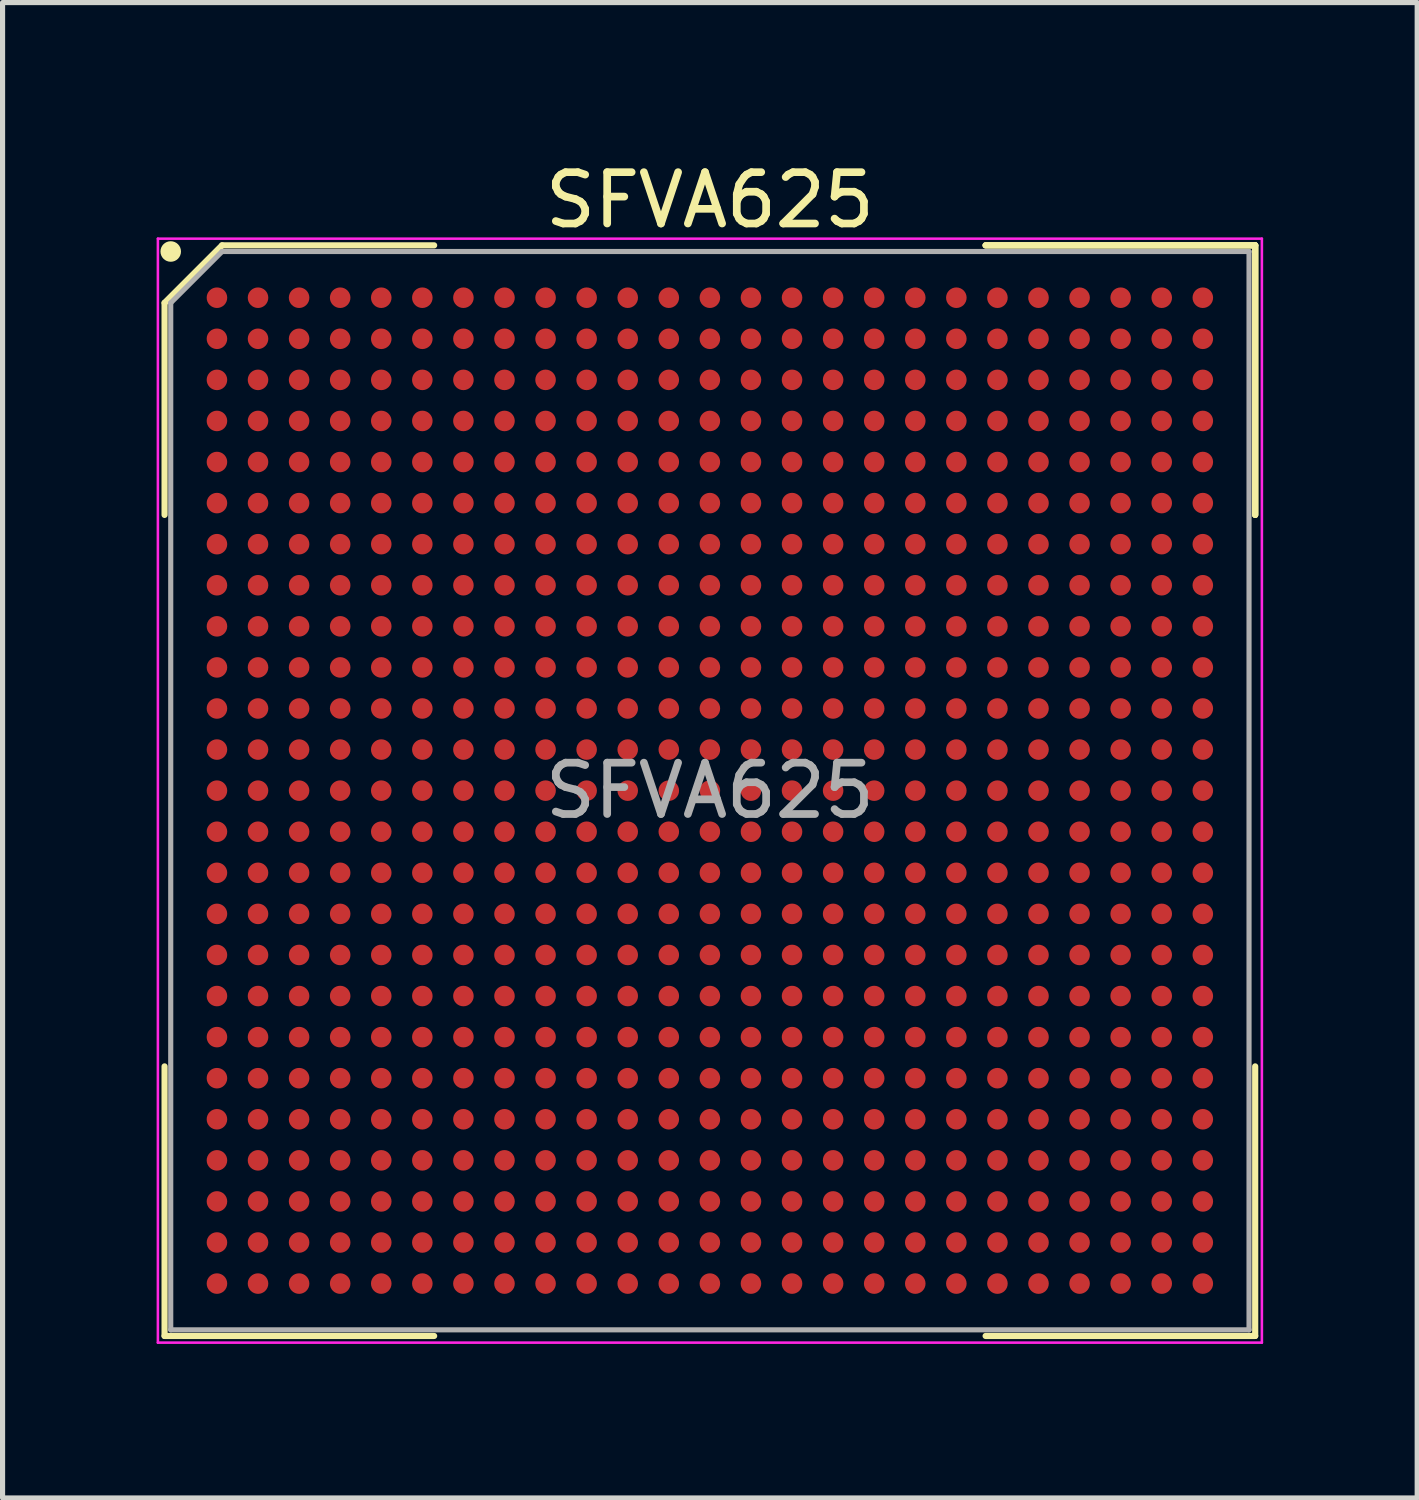
<source format=kicad_pcb>
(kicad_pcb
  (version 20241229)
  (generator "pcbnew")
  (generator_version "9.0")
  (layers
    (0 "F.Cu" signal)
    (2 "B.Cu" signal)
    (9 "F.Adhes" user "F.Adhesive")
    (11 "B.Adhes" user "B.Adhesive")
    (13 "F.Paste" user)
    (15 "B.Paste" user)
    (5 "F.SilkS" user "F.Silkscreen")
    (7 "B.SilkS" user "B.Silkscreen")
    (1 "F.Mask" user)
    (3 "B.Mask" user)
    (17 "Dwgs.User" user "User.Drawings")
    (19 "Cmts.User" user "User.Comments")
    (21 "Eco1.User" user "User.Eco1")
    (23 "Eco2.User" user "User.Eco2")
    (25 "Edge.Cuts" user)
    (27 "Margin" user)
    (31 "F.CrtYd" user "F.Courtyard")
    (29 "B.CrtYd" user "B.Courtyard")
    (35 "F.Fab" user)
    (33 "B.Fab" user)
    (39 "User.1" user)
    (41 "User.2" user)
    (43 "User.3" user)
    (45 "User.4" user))
  (footprint "SFVA625"
    (layer "F.Cu")
    (at 10.775 12.348)
    (property "Reference" "SFVA625" (at 0 -11.5 0) (layer "F.SilkS") (effects (font (size 1 1) (thickness 0.15))))
    (attr smd)
    (fp_line (start -10.62 -9.5) (end -10.62 -5.37) (stroke (width 0.12) (type solid)) (layer "F.SilkS"))
    (fp_line (start -10.62 10.62) (end -10.62 5.37) (stroke (width 0.12) (type solid)) (layer "F.SilkS"))
    (fp_line (start -9.5 -10.62) (end -10.62 -9.5) (stroke (width 0.12) (type solid)) (layer "F.SilkS"))
    (fp_line (start -5.37 -10.62) (end -9.5 -10.62) (stroke (width 0.12) (type solid)) (layer "F.SilkS"))
    (fp_line (start -5.37 10.62) (end -10.62 10.62) (stroke (width 0.12) (type solid)) (layer "F.SilkS"))
    (fp_line (start 5.37 -10.62) (end 10.62 -10.62) (stroke (width 0.12) (type solid)) (layer "F.SilkS"))
    (fp_line (start 5.37 -10.62) (end 10.62 -10.62) (stroke (width 0.12) (type solid)) (layer "F.SilkS"))
    (fp_line (start 5.37 -10.62) (end 10.62 -10.62) (stroke (width 0.12) (type solid)) (layer "F.SilkS"))
    (fp_line (start 5.37 10.62) (end 10.62 10.62) (stroke (width 0.12) (type solid)) (layer "F.SilkS"))
    (fp_line (start 10.62 -10.62) (end 10.62 -5.37) (stroke (width 0.12) (type solid)) (layer "F.SilkS"))
    (fp_line (start 10.62 -10.62) (end 10.62 -5.37) (stroke (width 0.12) (type solid)) (layer "F.SilkS"))
    (fp_line (start 10.62 -10.62) (end 10.62 -5.37) (stroke (width 0.12) (type solid)) (layer "F.SilkS"))
    (fp_line (start 10.62 10.62) (end 10.62 5.37) (stroke (width 0.12) (type solid)) (layer "F.SilkS"))
    (fp_circle (center -10.5 -10.5) (end -10.5 -10.4) (stroke (width 0.2) (type solid)) (fill no) (layer "F.SilkS"))
    (fp_line (start -10.75 -10.75) (end 10.75 -10.75) (stroke (width 0.05) (type solid)) (layer "F.CrtYd"))
    (fp_line (start -10.75 10.75) (end -10.75 -10.75) (stroke (width 0.05) (type solid)) (layer "F.CrtYd"))
    (fp_line (start 10.75 -10.75) (end 10.75 10.75) (stroke (width 0.05) (type solid)) (layer "F.CrtYd"))
    (fp_line (start 10.75 10.75) (end -10.75 10.75) (stroke (width 0.05) (type solid)) (layer "F.CrtYd"))
    (fp_line (start -10.5 -9.5) (end -10.5 10.5) (stroke (width 0.1) (type solid)) (layer "F.Fab"))
    (fp_line (start -10.5 10.5) (end 10.5 10.5) (stroke (width 0.1) (type solid)) (layer "F.Fab"))
    (fp_line (start -9.5 -10.5) (end -10.5 -9.5) (stroke (width 0.1) (type solid)) (layer "F.Fab"))
    (fp_line (start 10.5 -10.5) (end -9.5 -10.5) (stroke (width 0.1) (type solid)) (layer "F.Fab"))
    (fp_line (start 10.5 10.5) (end 10.5 -10.5) (stroke (width 0.1) (type solid)) (layer "F.Fab"))
    (fp_text user "${REFERENCE}" (at 0 0 0) (layer "F.Fab") (effects (font (size 1 1) (thickness 0.15))))
    (pad "A1" smd circle (at -9.6 -9.6) (size 0.4 0.4) (layers "F.Cu" "F.Mask" "F.Paste"))
    (pad "A2" smd circle (at -8.8 -9.6) (size 0.4 0.4) (layers "F.Cu" "F.Mask" "F.Paste"))
    (pad "A3" smd circle (at -8 -9.6) (size 0.4 0.4) (layers "F.Cu" "F.Mask" "F.Paste"))
    (pad "A4" smd circle (at -7.2 -9.6) (size 0.4 0.4) (layers "F.Cu" "F.Mask" "F.Paste"))
    (pad "A5" smd circle (at -6.4 -9.6) (size 0.4 0.4) (layers "F.Cu" "F.Mask" "F.Paste"))
    (pad "A6" smd circle (at -5.6 -9.6) (size 0.4 0.4) (layers "F.Cu" "F.Mask" "F.Paste"))
    (pad "A7" smd circle (at -4.8 -9.6) (size 0.4 0.4) (layers "F.Cu" "F.Mask" "F.Paste"))
    (pad "A8" smd circle (at -4 -9.6) (size 0.4 0.4) (layers "F.Cu" "F.Mask" "F.Paste"))
    (pad "A9" smd circle (at -3.2 -9.6) (size 0.4 0.4) (layers "F.Cu" "F.Mask" "F.Paste"))
    (pad "A10" smd circle (at -2.4 -9.6) (size 0.4 0.4) (layers "F.Cu" "F.Mask" "F.Paste"))
    (pad "A11" smd circle (at -1.6 -9.6) (size 0.4 0.4) (layers "F.Cu" "F.Mask" "F.Paste"))
    (pad "A12" smd circle (at -0.8 -9.6) (size 0.4 0.4) (layers "F.Cu" "F.Mask" "F.Paste"))
    (pad "A13" smd circle (at 0 -9.6) (size 0.4 0.4) (layers "F.Cu" "F.Mask" "F.Paste"))
    (pad "A14" smd circle (at 0.8 -9.6) (size 0.4 0.4) (layers "F.Cu" "F.Mask" "F.Paste"))
    (pad "A15" smd circle (at 1.6 -9.6) (size 0.4 0.4) (layers "F.Cu" "F.Mask" "F.Paste"))
    (pad "A16" smd circle (at 2.4 -9.6) (size 0.4 0.4) (layers "F.Cu" "F.Mask" "F.Paste"))
    (pad "A17" smd circle (at 3.2 -9.6) (size 0.4 0.4) (layers "F.Cu" "F.Mask" "F.Paste"))
    (pad "A18" smd circle (at 4 -9.6) (size 0.4 0.4) (layers "F.Cu" "F.Mask" "F.Paste"))
    (pad "A19" smd circle (at 4.8 -9.6) (size 0.4 0.4) (layers "F.Cu" "F.Mask" "F.Paste"))
    (pad "A20" smd circle (at 5.6 -9.6) (size 0.4 0.4) (layers "F.Cu" "F.Mask" "F.Paste"))
    (pad "A21" smd circle (at 6.4 -9.6) (size 0.4 0.4) (layers "F.Cu" "F.Mask" "F.Paste"))
    (pad "A22" smd circle (at 7.2 -9.6) (size 0.4 0.4) (layers "F.Cu" "F.Mask" "F.Paste"))
    (pad "A23" smd circle (at 8 -9.6) (size 0.4 0.4) (layers "F.Cu" "F.Mask" "F.Paste"))
    (pad "A24" smd circle (at 8.8 -9.6) (size 0.4 0.4) (layers "F.Cu" "F.Mask" "F.Paste"))
    (pad "A25" smd circle (at 9.6 -9.6) (size 0.4 0.4) (layers "F.Cu" "F.Mask" "F.Paste"))
    (pad "AA1" smd circle (at -9.6 6.4) (size 0.4 0.4) (layers "F.Cu" "F.Mask" "F.Paste"))
    (pad "AA2" smd circle (at -8.8 6.4) (size 0.4 0.4) (layers "F.Cu" "F.Mask" "F.Paste"))
    (pad "AA3" smd circle (at -8 6.4) (size 0.4 0.4) (layers "F.Cu" "F.Mask" "F.Paste"))
    (pad "AA4" smd circle (at -7.2 6.4) (size 0.4 0.4) (layers "F.Cu" "F.Mask" "F.Paste"))
    (pad "AA5" smd circle (at -6.4 6.4) (size 0.4 0.4) (layers "F.Cu" "F.Mask" "F.Paste"))
    (pad "AA6" smd circle (at -5.6 6.4) (size 0.4 0.4) (layers "F.Cu" "F.Mask" "F.Paste"))
    (pad "AA7" smd circle (at -4.8 6.4) (size 0.4 0.4) (layers "F.Cu" "F.Mask" "F.Paste"))
    (pad "AA8" smd circle (at -4 6.4) (size 0.4 0.4) (layers "F.Cu" "F.Mask" "F.Paste"))
    (pad "AA9" smd circle (at -3.2 6.4) (size 0.4 0.4) (layers "F.Cu" "F.Mask" "F.Paste"))
    (pad "AA10" smd circle (at -2.4 6.4) (size 0.4 0.4) (layers "F.Cu" "F.Mask" "F.Paste"))
    (pad "AA11" smd circle (at -1.6 6.4) (size 0.4 0.4) (layers "F.Cu" "F.Mask" "F.Paste"))
    (pad "AA12" smd circle (at -0.8 6.4) (size 0.4 0.4) (layers "F.Cu" "F.Mask" "F.Paste"))
    (pad "AA13" smd circle (at 0 6.4) (size 0.4 0.4) (layers "F.Cu" "F.Mask" "F.Paste"))
    (pad "AA14" smd circle (at 0.8 6.4) (size 0.4 0.4) (layers "F.Cu" "F.Mask" "F.Paste"))
    (pad "AA15" smd circle (at 1.6 6.4) (size 0.4 0.4) (layers "F.Cu" "F.Mask" "F.Paste"))
    (pad "AA16" smd circle (at 2.4 6.4) (size 0.4 0.4) (layers "F.Cu" "F.Mask" "F.Paste"))
    (pad "AA17" smd circle (at 3.2 6.4) (size 0.4 0.4) (layers "F.Cu" "F.Mask" "F.Paste"))
    (pad "AA18" smd circle (at 4 6.4) (size 0.4 0.4) (layers "F.Cu" "F.Mask" "F.Paste"))
    (pad "AA19" smd circle (at 4.8 6.4) (size 0.4 0.4) (layers "F.Cu" "F.Mask" "F.Paste"))
    (pad "AA20" smd circle (at 5.6 6.4) (size 0.4 0.4) (layers "F.Cu" "F.Mask" "F.Paste"))
    (pad "AA21" smd circle (at 6.4 6.4) (size 0.4 0.4) (layers "F.Cu" "F.Mask" "F.Paste"))
    (pad "AA22" smd circle (at 7.2 6.4) (size 0.4 0.4) (layers "F.Cu" "F.Mask" "F.Paste"))
    (pad "AA23" smd circle (at 8 6.4) (size 0.4 0.4) (layers "F.Cu" "F.Mask" "F.Paste"))
    (pad "AA24" smd circle (at 8.8 6.4) (size 0.4 0.4) (layers "F.Cu" "F.Mask" "F.Paste"))
    (pad "AA25" smd circle (at 9.6 6.4) (size 0.4 0.4) (layers "F.Cu" "F.Mask" "F.Paste"))
    (pad "AB1" smd circle (at -9.6 7.2) (size 0.4 0.4) (layers "F.Cu" "F.Mask" "F.Paste"))
    (pad "AB2" smd circle (at -8.8 7.2) (size 0.4 0.4) (layers "F.Cu" "F.Mask" "F.Paste"))
    (pad "AB3" smd circle (at -8 7.2) (size 0.4 0.4) (layers "F.Cu" "F.Mask" "F.Paste"))
    (pad "AB4" smd circle (at -7.2 7.2) (size 0.4 0.4) (layers "F.Cu" "F.Mask" "F.Paste"))
    (pad "AB5" smd circle (at -6.4 7.2) (size 0.4 0.4) (layers "F.Cu" "F.Mask" "F.Paste"))
    (pad "AB6" smd circle (at -5.6 7.2) (size 0.4 0.4) (layers "F.Cu" "F.Mask" "F.Paste"))
    (pad "AB7" smd circle (at -4.8 7.2) (size 0.4 0.4) (layers "F.Cu" "F.Mask" "F.Paste"))
    (pad "AB8" smd circle (at -4 7.2) (size 0.4 0.4) (layers "F.Cu" "F.Mask" "F.Paste"))
    (pad "AB9" smd circle (at -3.2 7.2) (size 0.4 0.4) (layers "F.Cu" "F.Mask" "F.Paste"))
    (pad "AB10" smd circle (at -2.4 7.2) (size 0.4 0.4) (layers "F.Cu" "F.Mask" "F.Paste"))
    (pad "AB11" smd circle (at -1.6 7.2) (size 0.4 0.4) (layers "F.Cu" "F.Mask" "F.Paste"))
    (pad "AB12" smd circle (at -0.8 7.2) (size 0.4 0.4) (layers "F.Cu" "F.Mask" "F.Paste"))
    (pad "AB13" smd circle (at 0 7.2) (size 0.4 0.4) (layers "F.Cu" "F.Mask" "F.Paste"))
    (pad "AB14" smd circle (at 0.8 7.2) (size 0.4 0.4) (layers "F.Cu" "F.Mask" "F.Paste"))
    (pad "AB15" smd circle (at 1.6 7.2) (size 0.4 0.4) (layers "F.Cu" "F.Mask" "F.Paste"))
    (pad "AB16" smd circle (at 2.4 7.2) (size 0.4 0.4) (layers "F.Cu" "F.Mask" "F.Paste"))
    (pad "AB17" smd circle (at 3.2 7.2) (size 0.4 0.4) (layers "F.Cu" "F.Mask" "F.Paste"))
    (pad "AB18" smd circle (at 4 7.2) (size 0.4 0.4) (layers "F.Cu" "F.Mask" "F.Paste"))
    (pad "AB19" smd circle (at 4.8 7.2) (size 0.4 0.4) (layers "F.Cu" "F.Mask" "F.Paste"))
    (pad "AB20" smd circle (at 5.6 7.2) (size 0.4 0.4) (layers "F.Cu" "F.Mask" "F.Paste"))
    (pad "AB21" smd circle (at 6.4 7.2) (size 0.4 0.4) (layers "F.Cu" "F.Mask" "F.Paste"))
    (pad "AB22" smd circle (at 7.2 7.2) (size 0.4 0.4) (layers "F.Cu" "F.Mask" "F.Paste"))
    (pad "AB23" smd circle (at 8 7.2) (size 0.4 0.4) (layers "F.Cu" "F.Mask" "F.Paste"))
    (pad "AB24" smd circle (at 8.8 7.2) (size 0.4 0.4) (layers "F.Cu" "F.Mask" "F.Paste"))
    (pad "AB25" smd circle (at 9.6 7.2) (size 0.4 0.4) (layers "F.Cu" "F.Mask" "F.Paste"))
    (pad "AC1" smd circle (at -9.6 8) (size 0.4 0.4) (layers "F.Cu" "F.Mask" "F.Paste"))
    (pad "AC2" smd circle (at -8.8 8) (size 0.4 0.4) (layers "F.Cu" "F.Mask" "F.Paste"))
    (pad "AC3" smd circle (at -8 8) (size 0.4 0.4) (layers "F.Cu" "F.Mask" "F.Paste"))
    (pad "AC4" smd circle (at -7.2 8) (size 0.4 0.4) (layers "F.Cu" "F.Mask" "F.Paste"))
    (pad "AC5" smd circle (at -6.4 8) (size 0.4 0.4) (layers "F.Cu" "F.Mask" "F.Paste"))
    (pad "AC6" smd circle (at -5.6 8) (size 0.4 0.4) (layers "F.Cu" "F.Mask" "F.Paste"))
    (pad "AC7" smd circle (at -4.8 8) (size 0.4 0.4) (layers "F.Cu" "F.Mask" "F.Paste"))
    (pad "AC8" smd circle (at -4 8) (size 0.4 0.4) (layers "F.Cu" "F.Mask" "F.Paste"))
    (pad "AC9" smd circle (at -3.2 8) (size 0.4 0.4) (layers "F.Cu" "F.Mask" "F.Paste"))
    (pad "AC10" smd circle (at -2.4 8) (size 0.4 0.4) (layers "F.Cu" "F.Mask" "F.Paste"))
    (pad "AC11" smd circle (at -1.6 8) (size 0.4 0.4) (layers "F.Cu" "F.Mask" "F.Paste"))
    (pad "AC12" smd circle (at -0.8 8) (size 0.4 0.4) (layers "F.Cu" "F.Mask" "F.Paste"))
    (pad "AC13" smd circle (at 0 8) (size 0.4 0.4) (layers "F.Cu" "F.Mask" "F.Paste"))
    (pad "AC14" smd circle (at 0.8 8) (size 0.4 0.4) (layers "F.Cu" "F.Mask" "F.Paste"))
    (pad "AC15" smd circle (at 1.6 8) (size 0.4 0.4) (layers "F.Cu" "F.Mask" "F.Paste"))
    (pad "AC16" smd circle (at 2.4 8) (size 0.4 0.4) (layers "F.Cu" "F.Mask" "F.Paste"))
    (pad "AC17" smd circle (at 3.2 8) (size 0.4 0.4) (layers "F.Cu" "F.Mask" "F.Paste"))
    (pad "AC18" smd circle (at 4 8) (size 0.4 0.4) (layers "F.Cu" "F.Mask" "F.Paste"))
    (pad "AC19" smd circle (at 4.8 8) (size 0.4 0.4) (layers "F.Cu" "F.Mask" "F.Paste"))
    (pad "AC20" smd circle (at 5.6 8) (size 0.4 0.4) (layers "F.Cu" "F.Mask" "F.Paste"))
    (pad "AC21" smd circle (at 6.4 8) (size 0.4 0.4) (layers "F.Cu" "F.Mask" "F.Paste"))
    (pad "AC22" smd circle (at 7.2 8) (size 0.4 0.4) (layers "F.Cu" "F.Mask" "F.Paste"))
    (pad "AC23" smd circle (at 8 8) (size 0.4 0.4) (layers "F.Cu" "F.Mask" "F.Paste"))
    (pad "AC24" smd circle (at 8.8 8) (size 0.4 0.4) (layers "F.Cu" "F.Mask" "F.Paste"))
    (pad "AC25" smd circle (at 9.6 8) (size 0.4 0.4) (layers "F.Cu" "F.Mask" "F.Paste"))
    (pad "AD1" smd circle (at -9.6 8.8) (size 0.4 0.4) (layers "F.Cu" "F.Mask" "F.Paste"))
    (pad "AD2" smd circle (at -8.8 8.8) (size 0.4 0.4) (layers "F.Cu" "F.Mask" "F.Paste"))
    (pad "AD3" smd circle (at -8 8.8) (size 0.4 0.4) (layers "F.Cu" "F.Mask" "F.Paste"))
    (pad "AD4" smd circle (at -7.2 8.8) (size 0.4 0.4) (layers "F.Cu" "F.Mask" "F.Paste"))
    (pad "AD5" smd circle (at -6.4 8.8) (size 0.4 0.4) (layers "F.Cu" "F.Mask" "F.Paste"))
    (pad "AD6" smd circle (at -5.6 8.8) (size 0.4 0.4) (layers "F.Cu" "F.Mask" "F.Paste"))
    (pad "AD7" smd circle (at -4.8 8.8) (size 0.4 0.4) (layers "F.Cu" "F.Mask" "F.Paste"))
    (pad "AD8" smd circle (at -4 8.8) (size 0.4 0.4) (layers "F.Cu" "F.Mask" "F.Paste"))
    (pad "AD9" smd circle (at -3.2 8.8) (size 0.4 0.4) (layers "F.Cu" "F.Mask" "F.Paste"))
    (pad "AD10" smd circle (at -2.4 8.8) (size 0.4 0.4) (layers "F.Cu" "F.Mask" "F.Paste"))
    (pad "AD11" smd circle (at -1.6 8.8) (size 0.4 0.4) (layers "F.Cu" "F.Mask" "F.Paste"))
    (pad "AD12" smd circle (at -0.8 8.8) (size 0.4 0.4) (layers "F.Cu" "F.Mask" "F.Paste"))
    (pad "AD13" smd circle (at 0 8.8) (size 0.4 0.4) (layers "F.Cu" "F.Mask" "F.Paste"))
    (pad "AD14" smd circle (at 0.8 8.8) (size 0.4 0.4) (layers "F.Cu" "F.Mask" "F.Paste"))
    (pad "AD15" smd circle (at 1.6 8.8) (size 0.4 0.4) (layers "F.Cu" "F.Mask" "F.Paste"))
    (pad "AD16" smd circle (at 2.4 8.8) (size 0.4 0.4) (layers "F.Cu" "F.Mask" "F.Paste"))
    (pad "AD17" smd circle (at 3.2 8.8) (size 0.4 0.4) (layers "F.Cu" "F.Mask" "F.Paste"))
    (pad "AD18" smd circle (at 4 8.8) (size 0.4 0.4) (layers "F.Cu" "F.Mask" "F.Paste"))
    (pad "AD19" smd circle (at 4.8 8.8) (size 0.4 0.4) (layers "F.Cu" "F.Mask" "F.Paste"))
    (pad "AD20" smd circle (at 5.6 8.8) (size 0.4 0.4) (layers "F.Cu" "F.Mask" "F.Paste"))
    (pad "AD21" smd circle (at 6.4 8.8) (size 0.4 0.4) (layers "F.Cu" "F.Mask" "F.Paste"))
    (pad "AD22" smd circle (at 7.2 8.8) (size 0.4 0.4) (layers "F.Cu" "F.Mask" "F.Paste"))
    (pad "AD23" smd circle (at 8 8.8) (size 0.4 0.4) (layers "F.Cu" "F.Mask" "F.Paste"))
    (pad "AD24" smd circle (at 8.8 8.8) (size 0.4 0.4) (layers "F.Cu" "F.Mask" "F.Paste"))
    (pad "AD25" smd circle (at 9.6 8.8) (size 0.4 0.4) (layers "F.Cu" "F.Mask" "F.Paste"))
    (pad "AE1" smd circle (at -9.6 9.6) (size 0.4 0.4) (layers "F.Cu" "F.Mask" "F.Paste"))
    (pad "AE2" smd circle (at -8.8 9.6) (size 0.4 0.4) (layers "F.Cu" "F.Mask" "F.Paste"))
    (pad "AE3" smd circle (at -8 9.6) (size 0.4 0.4) (layers "F.Cu" "F.Mask" "F.Paste"))
    (pad "AE4" smd circle (at -7.2 9.6) (size 0.4 0.4) (layers "F.Cu" "F.Mask" "F.Paste"))
    (pad "AE5" smd circle (at -6.4 9.6) (size 0.4 0.4) (layers "F.Cu" "F.Mask" "F.Paste"))
    (pad "AE6" smd circle (at -5.6 9.6) (size 0.4 0.4) (layers "F.Cu" "F.Mask" "F.Paste"))
    (pad "AE7" smd circle (at -4.8 9.6) (size 0.4 0.4) (layers "F.Cu" "F.Mask" "F.Paste"))
    (pad "AE8" smd circle (at -4 9.6) (size 0.4 0.4) (layers "F.Cu" "F.Mask" "F.Paste"))
    (pad "AE9" smd circle (at -3.2 9.6) (size 0.4 0.4) (layers "F.Cu" "F.Mask" "F.Paste"))
    (pad "AE10" smd circle (at -2.4 9.6) (size 0.4 0.4) (layers "F.Cu" "F.Mask" "F.Paste"))
    (pad "AE11" smd circle (at -1.6 9.6) (size 0.4 0.4) (layers "F.Cu" "F.Mask" "F.Paste"))
    (pad "AE12" smd circle (at -0.8 9.6) (size 0.4 0.4) (layers "F.Cu" "F.Mask" "F.Paste"))
    (pad "AE13" smd circle (at 0 9.6) (size 0.4 0.4) (layers "F.Cu" "F.Mask" "F.Paste"))
    (pad "AE14" smd circle (at 0.8 9.6) (size 0.4 0.4) (layers "F.Cu" "F.Mask" "F.Paste"))
    (pad "AE15" smd circle (at 1.6 9.6) (size 0.4 0.4) (layers "F.Cu" "F.Mask" "F.Paste"))
    (pad "AE16" smd circle (at 2.4 9.6) (size 0.4 0.4) (layers "F.Cu" "F.Mask" "F.Paste"))
    (pad "AE17" smd circle (at 3.2 9.6) (size 0.4 0.4) (layers "F.Cu" "F.Mask" "F.Paste"))
    (pad "AE18" smd circle (at 4 9.6) (size 0.4 0.4) (layers "F.Cu" "F.Mask" "F.Paste"))
    (pad "AE19" smd circle (at 4.8 9.6) (size 0.4 0.4) (layers "F.Cu" "F.Mask" "F.Paste"))
    (pad "AE20" smd circle (at 5.6 9.6) (size 0.4 0.4) (layers "F.Cu" "F.Mask" "F.Paste"))
    (pad "AE21" smd circle (at 6.4 9.6) (size 0.4 0.4) (layers "F.Cu" "F.Mask" "F.Paste"))
    (pad "AE22" smd circle (at 7.2 9.6) (size 0.4 0.4) (layers "F.Cu" "F.Mask" "F.Paste"))
    (pad "AE23" smd circle (at 8 9.6) (size 0.4 0.4) (layers "F.Cu" "F.Mask" "F.Paste"))
    (pad "AE24" smd circle (at 8.8 9.6) (size 0.4 0.4) (layers "F.Cu" "F.Mask" "F.Paste"))
    (pad "AE25" smd circle (at 9.6 9.6) (size 0.4 0.4) (layers "F.Cu" "F.Mask" "F.Paste"))
    (pad "B1" smd circle (at -9.6 -8.8) (size 0.4 0.4) (layers "F.Cu" "F.Mask" "F.Paste"))
    (pad "B2" smd circle (at -8.8 -8.8) (size 0.4 0.4) (layers "F.Cu" "F.Mask" "F.Paste"))
    (pad "B3" smd circle (at -8 -8.8) (size 0.4 0.4) (layers "F.Cu" "F.Mask" "F.Paste"))
    (pad "B4" smd circle (at -7.2 -8.8) (size 0.4 0.4) (layers "F.Cu" "F.Mask" "F.Paste"))
    (pad "B5" smd circle (at -6.4 -8.8) (size 0.4 0.4) (layers "F.Cu" "F.Mask" "F.Paste"))
    (pad "B6" smd circle (at -5.6 -8.8) (size 0.4 0.4) (layers "F.Cu" "F.Mask" "F.Paste"))
    (pad "B7" smd circle (at -4.8 -8.8) (size 0.4 0.4) (layers "F.Cu" "F.Mask" "F.Paste"))
    (pad "B8" smd circle (at -4 -8.8) (size 0.4 0.4) (layers "F.Cu" "F.Mask" "F.Paste"))
    (pad "B9" smd circle (at -3.2 -8.8) (size 0.4 0.4) (layers "F.Cu" "F.Mask" "F.Paste"))
    (pad "B10" smd circle (at -2.4 -8.8) (size 0.4 0.4) (layers "F.Cu" "F.Mask" "F.Paste"))
    (pad "B11" smd circle (at -1.6 -8.8) (size 0.4 0.4) (layers "F.Cu" "F.Mask" "F.Paste"))
    (pad "B12" smd circle (at -0.8 -8.8) (size 0.4 0.4) (layers "F.Cu" "F.Mask" "F.Paste"))
    (pad "B13" smd circle (at 0 -8.8) (size 0.4 0.4) (layers "F.Cu" "F.Mask" "F.Paste"))
    (pad "B14" smd circle (at 0.8 -8.8) (size 0.4 0.4) (layers "F.Cu" "F.Mask" "F.Paste"))
    (pad "B15" smd circle (at 1.6 -8.8) (size 0.4 0.4) (layers "F.Cu" "F.Mask" "F.Paste"))
    (pad "B16" smd circle (at 2.4 -8.8) (size 0.4 0.4) (layers "F.Cu" "F.Mask" "F.Paste"))
    (pad "B17" smd circle (at 3.2 -8.8) (size 0.4 0.4) (layers "F.Cu" "F.Mask" "F.Paste"))
    (pad "B18" smd circle (at 4 -8.8) (size 0.4 0.4) (layers "F.Cu" "F.Mask" "F.Paste"))
    (pad "B19" smd circle (at 4.8 -8.8) (size 0.4 0.4) (layers "F.Cu" "F.Mask" "F.Paste"))
    (pad "B20" smd circle (at 5.6 -8.8) (size 0.4 0.4) (layers "F.Cu" "F.Mask" "F.Paste"))
    (pad "B21" smd circle (at 6.4 -8.8) (size 0.4 0.4) (layers "F.Cu" "F.Mask" "F.Paste"))
    (pad "B22" smd circle (at 7.2 -8.8) (size 0.4 0.4) (layers "F.Cu" "F.Mask" "F.Paste"))
    (pad "B23" smd circle (at 8 -8.8) (size 0.4 0.4) (layers "F.Cu" "F.Mask" "F.Paste"))
    (pad "B24" smd circle (at 8.8 -8.8) (size 0.4 0.4) (layers "F.Cu" "F.Mask" "F.Paste"))
    (pad "B25" smd circle (at 9.6 -8.8) (size 0.4 0.4) (layers "F.Cu" "F.Mask" "F.Paste"))
    (pad "C1" smd circle (at -9.6 -8) (size 0.4 0.4) (layers "F.Cu" "F.Mask" "F.Paste"))
    (pad "C2" smd circle (at -8.8 -8) (size 0.4 0.4) (layers "F.Cu" "F.Mask" "F.Paste"))
    (pad "C3" smd circle (at -8 -8) (size 0.4 0.4) (layers "F.Cu" "F.Mask" "F.Paste"))
    (pad "C4" smd circle (at -7.2 -8) (size 0.4 0.4) (layers "F.Cu" "F.Mask" "F.Paste"))
    (pad "C5" smd circle (at -6.4 -8) (size 0.4 0.4) (layers "F.Cu" "F.Mask" "F.Paste"))
    (pad "C6" smd circle (at -5.6 -8) (size 0.4 0.4) (layers "F.Cu" "F.Mask" "F.Paste"))
    (pad "C7" smd circle (at -4.8 -8) (size 0.4 0.4) (layers "F.Cu" "F.Mask" "F.Paste"))
    (pad "C8" smd circle (at -4 -8) (size 0.4 0.4) (layers "F.Cu" "F.Mask" "F.Paste"))
    (pad "C9" smd circle (at -3.2 -8) (size 0.4 0.4) (layers "F.Cu" "F.Mask" "F.Paste"))
    (pad "C10" smd circle (at -2.4 -8) (size 0.4 0.4) (layers "F.Cu" "F.Mask" "F.Paste"))
    (pad "C11" smd circle (at -1.6 -8) (size 0.4 0.4) (layers "F.Cu" "F.Mask" "F.Paste"))
    (pad "C12" smd circle (at -0.8 -8) (size 0.4 0.4) (layers "F.Cu" "F.Mask" "F.Paste"))
    (pad "C13" smd circle (at 0 -8) (size 0.4 0.4) (layers "F.Cu" "F.Mask" "F.Paste"))
    (pad "C14" smd circle (at 0.8 -8) (size 0.4 0.4) (layers "F.Cu" "F.Mask" "F.Paste"))
    (pad "C15" smd circle (at 1.6 -8) (size 0.4 0.4) (layers "F.Cu" "F.Mask" "F.Paste"))
    (pad "C16" smd circle (at 2.4 -8) (size 0.4 0.4) (layers "F.Cu" "F.Mask" "F.Paste"))
    (pad "C17" smd circle (at 3.2 -8) (size 0.4 0.4) (layers "F.Cu" "F.Mask" "F.Paste"))
    (pad "C18" smd circle (at 4 -8) (size 0.4 0.4) (layers "F.Cu" "F.Mask" "F.Paste"))
    (pad "C19" smd circle (at 4.8 -8) (size 0.4 0.4) (layers "F.Cu" "F.Mask" "F.Paste"))
    (pad "C20" smd circle (at 5.6 -8) (size 0.4 0.4) (layers "F.Cu" "F.Mask" "F.Paste"))
    (pad "C21" smd circle (at 6.4 -8) (size 0.4 0.4) (layers "F.Cu" "F.Mask" "F.Paste"))
    (pad "C22" smd circle (at 7.2 -8) (size 0.4 0.4) (layers "F.Cu" "F.Mask" "F.Paste"))
    (pad "C23" smd circle (at 8 -8) (size 0.4 0.4) (layers "F.Cu" "F.Mask" "F.Paste"))
    (pad "C24" smd circle (at 8.8 -8) (size 0.4 0.4) (layers "F.Cu" "F.Mask" "F.Paste"))
    (pad "C25" smd circle (at 9.6 -8) (size 0.4 0.4) (layers "F.Cu" "F.Mask" "F.Paste"))
    (pad "D1" smd circle (at -9.6 -7.2) (size 0.4 0.4) (layers "F.Cu" "F.Mask" "F.Paste"))
    (pad "D2" smd circle (at -8.8 -7.2) (size 0.4 0.4) (layers "F.Cu" "F.Mask" "F.Paste"))
    (pad "D3" smd circle (at -8 -7.2) (size 0.4 0.4) (layers "F.Cu" "F.Mask" "F.Paste"))
    (pad "D4" smd circle (at -7.2 -7.2) (size 0.4 0.4) (layers "F.Cu" "F.Mask" "F.Paste"))
    (pad "D5" smd circle (at -6.4 -7.2) (size 0.4 0.4) (layers "F.Cu" "F.Mask" "F.Paste"))
    (pad "D6" smd circle (at -5.6 -7.2) (size 0.4 0.4) (layers "F.Cu" "F.Mask" "F.Paste"))
    (pad "D7" smd circle (at -4.8 -7.2) (size 0.4 0.4) (layers "F.Cu" "F.Mask" "F.Paste"))
    (pad "D8" smd circle (at -4 -7.2) (size 0.4 0.4) (layers "F.Cu" "F.Mask" "F.Paste"))
    (pad "D9" smd circle (at -3.2 -7.2) (size 0.4 0.4) (layers "F.Cu" "F.Mask" "F.Paste"))
    (pad "D10" smd circle (at -2.4 -7.2) (size 0.4 0.4) (layers "F.Cu" "F.Mask" "F.Paste"))
    (pad "D11" smd circle (at -1.6 -7.2) (size 0.4 0.4) (layers "F.Cu" "F.Mask" "F.Paste"))
    (pad "D12" smd circle (at -0.8 -7.2) (size 0.4 0.4) (layers "F.Cu" "F.Mask" "F.Paste"))
    (pad "D13" smd circle (at 0 -7.2) (size 0.4 0.4) (layers "F.Cu" "F.Mask" "F.Paste"))
    (pad "D14" smd circle (at 0.8 -7.2) (size 0.4 0.4) (layers "F.Cu" "F.Mask" "F.Paste"))
    (pad "D15" smd circle (at 1.6 -7.2) (size 0.4 0.4) (layers "F.Cu" "F.Mask" "F.Paste"))
    (pad "D16" smd circle (at 2.4 -7.2) (size 0.4 0.4) (layers "F.Cu" "F.Mask" "F.Paste"))
    (pad "D17" smd circle (at 3.2 -7.2) (size 0.4 0.4) (layers "F.Cu" "F.Mask" "F.Paste"))
    (pad "D18" smd circle (at 4 -7.2) (size 0.4 0.4) (layers "F.Cu" "F.Mask" "F.Paste"))
    (pad "D19" smd circle (at 4.8 -7.2) (size 0.4 0.4) (layers "F.Cu" "F.Mask" "F.Paste"))
    (pad "D20" smd circle (at 5.6 -7.2) (size 0.4 0.4) (layers "F.Cu" "F.Mask" "F.Paste"))
    (pad "D21" smd circle (at 6.4 -7.2) (size 0.4 0.4) (layers "F.Cu" "F.Mask" "F.Paste"))
    (pad "D22" smd circle (at 7.2 -7.2) (size 0.4 0.4) (layers "F.Cu" "F.Mask" "F.Paste"))
    (pad "D23" smd circle (at 8 -7.2) (size 0.4 0.4) (layers "F.Cu" "F.Mask" "F.Paste"))
    (pad "D24" smd circle (at 8.8 -7.2) (size 0.4 0.4) (layers "F.Cu" "F.Mask" "F.Paste"))
    (pad "D25" smd circle (at 9.6 -7.2) (size 0.4 0.4) (layers "F.Cu" "F.Mask" "F.Paste"))
    (pad "E1" smd circle (at -9.6 -6.4) (size 0.4 0.4) (layers "F.Cu" "F.Mask" "F.Paste"))
    (pad "E2" smd circle (at -8.8 -6.4) (size 0.4 0.4) (layers "F.Cu" "F.Mask" "F.Paste"))
    (pad "E3" smd circle (at -8 -6.4) (size 0.4 0.4) (layers "F.Cu" "F.Mask" "F.Paste"))
    (pad "E4" smd circle (at -7.2 -6.4) (size 0.4 0.4) (layers "F.Cu" "F.Mask" "F.Paste"))
    (pad "E5" smd circle (at -6.4 -6.4) (size 0.4 0.4) (layers "F.Cu" "F.Mask" "F.Paste"))
    (pad "E6" smd circle (at -5.6 -6.4) (size 0.4 0.4) (layers "F.Cu" "F.Mask" "F.Paste"))
    (pad "E7" smd circle (at -4.8 -6.4) (size 0.4 0.4) (layers "F.Cu" "F.Mask" "F.Paste"))
    (pad "E8" smd circle (at -4 -6.4) (size 0.4 0.4) (layers "F.Cu" "F.Mask" "F.Paste"))
    (pad "E9" smd circle (at -3.2 -6.4) (size 0.4 0.4) (layers "F.Cu" "F.Mask" "F.Paste"))
    (pad "E10" smd circle (at -2.4 -6.4) (size 0.4 0.4) (layers "F.Cu" "F.Mask" "F.Paste"))
    (pad "E11" smd circle (at -1.6 -6.4) (size 0.4 0.4) (layers "F.Cu" "F.Mask" "F.Paste"))
    (pad "E12" smd circle (at -0.8 -6.4) (size 0.4 0.4) (layers "F.Cu" "F.Mask" "F.Paste"))
    (pad "E13" smd circle (at 0 -6.4) (size 0.4 0.4) (layers "F.Cu" "F.Mask" "F.Paste"))
    (pad "E14" smd circle (at 0.8 -6.4) (size 0.4 0.4) (layers "F.Cu" "F.Mask" "F.Paste"))
    (pad "E15" smd circle (at 1.6 -6.4) (size 0.4 0.4) (layers "F.Cu" "F.Mask" "F.Paste"))
    (pad "E16" smd circle (at 2.4 -6.4) (size 0.4 0.4) (layers "F.Cu" "F.Mask" "F.Paste"))
    (pad "E17" smd circle (at 3.2 -6.4) (size 0.4 0.4) (layers "F.Cu" "F.Mask" "F.Paste"))
    (pad "E18" smd circle (at 4 -6.4) (size 0.4 0.4) (layers "F.Cu" "F.Mask" "F.Paste"))
    (pad "E19" smd circle (at 4.8 -6.4) (size 0.4 0.4) (layers "F.Cu" "F.Mask" "F.Paste"))
    (pad "E20" smd circle (at 5.6 -6.4) (size 0.4 0.4) (layers "F.Cu" "F.Mask" "F.Paste"))
    (pad "E21" smd circle (at 6.4 -6.4) (size 0.4 0.4) (layers "F.Cu" "F.Mask" "F.Paste"))
    (pad "E22" smd circle (at 7.2 -6.4) (size 0.4 0.4) (layers "F.Cu" "F.Mask" "F.Paste"))
    (pad "E23" smd circle (at 8 -6.4) (size 0.4 0.4) (layers "F.Cu" "F.Mask" "F.Paste"))
    (pad "E24" smd circle (at 8.8 -6.4) (size 0.4 0.4) (layers "F.Cu" "F.Mask" "F.Paste"))
    (pad "E25" smd circle (at 9.6 -6.4) (size 0.4 0.4) (layers "F.Cu" "F.Mask" "F.Paste"))
    (pad "F1" smd circle (at -9.6 -5.6) (size 0.4 0.4) (layers "F.Cu" "F.Mask" "F.Paste"))
    (pad "F2" smd circle (at -8.8 -5.6) (size 0.4 0.4) (layers "F.Cu" "F.Mask" "F.Paste"))
    (pad "F3" smd circle (at -8 -5.6) (size 0.4 0.4) (layers "F.Cu" "F.Mask" "F.Paste"))
    (pad "F4" smd circle (at -7.2 -5.6) (size 0.4 0.4) (layers "F.Cu" "F.Mask" "F.Paste"))
    (pad "F5" smd circle (at -6.4 -5.6) (size 0.4 0.4) (layers "F.Cu" "F.Mask" "F.Paste"))
    (pad "F6" smd circle (at -5.6 -5.6) (size 0.4 0.4) (layers "F.Cu" "F.Mask" "F.Paste"))
    (pad "F7" smd circle (at -4.8 -5.6) (size 0.4 0.4) (layers "F.Cu" "F.Mask" "F.Paste"))
    (pad "F8" smd circle (at -4 -5.6) (size 0.4 0.4) (layers "F.Cu" "F.Mask" "F.Paste"))
    (pad "F9" smd circle (at -3.2 -5.6) (size 0.4 0.4) (layers "F.Cu" "F.Mask" "F.Paste"))
    (pad "F10" smd circle (at -2.4 -5.6) (size 0.4 0.4) (layers "F.Cu" "F.Mask" "F.Paste"))
    (pad "F11" smd circle (at -1.6 -5.6) (size 0.4 0.4) (layers "F.Cu" "F.Mask" "F.Paste"))
    (pad "F12" smd circle (at -0.8 -5.6) (size 0.4 0.4) (layers "F.Cu" "F.Mask" "F.Paste"))
    (pad "F13" smd circle (at 0 -5.6) (size 0.4 0.4) (layers "F.Cu" "F.Mask" "F.Paste"))
    (pad "F14" smd circle (at 0.8 -5.6) (size 0.4 0.4) (layers "F.Cu" "F.Mask" "F.Paste"))
    (pad "F15" smd circle (at 1.6 -5.6) (size 0.4 0.4) (layers "F.Cu" "F.Mask" "F.Paste"))
    (pad "F16" smd circle (at 2.4 -5.6) (size 0.4 0.4) (layers "F.Cu" "F.Mask" "F.Paste"))
    (pad "F17" smd circle (at 3.2 -5.6) (size 0.4 0.4) (layers "F.Cu" "F.Mask" "F.Paste"))
    (pad "F18" smd circle (at 4 -5.6) (size 0.4 0.4) (layers "F.Cu" "F.Mask" "F.Paste"))
    (pad "F19" smd circle (at 4.8 -5.6) (size 0.4 0.4) (layers "F.Cu" "F.Mask" "F.Paste"))
    (pad "F20" smd circle (at 5.6 -5.6) (size 0.4 0.4) (layers "F.Cu" "F.Mask" "F.Paste"))
    (pad "F21" smd circle (at 6.4 -5.6) (size 0.4 0.4) (layers "F.Cu" "F.Mask" "F.Paste"))
    (pad "F22" smd circle (at 7.2 -5.6) (size 0.4 0.4) (layers "F.Cu" "F.Mask" "F.Paste"))
    (pad "F23" smd circle (at 8 -5.6) (size 0.4 0.4) (layers "F.Cu" "F.Mask" "F.Paste"))
    (pad "F24" smd circle (at 8.8 -5.6) (size 0.4 0.4) (layers "F.Cu" "F.Mask" "F.Paste"))
    (pad "F25" smd circle (at 9.6 -5.6) (size 0.4 0.4) (layers "F.Cu" "F.Mask" "F.Paste"))
    (pad "G1" smd circle (at -9.6 -4.8) (size 0.4 0.4) (layers "F.Cu" "F.Mask" "F.Paste"))
    (pad "G2" smd circle (at -8.8 -4.8) (size 0.4 0.4) (layers "F.Cu" "F.Mask" "F.Paste"))
    (pad "G3" smd circle (at -8 -4.8) (size 0.4 0.4) (layers "F.Cu" "F.Mask" "F.Paste"))
    (pad "G4" smd circle (at -7.2 -4.8) (size 0.4 0.4) (layers "F.Cu" "F.Mask" "F.Paste"))
    (pad "G5" smd circle (at -6.4 -4.8) (size 0.4 0.4) (layers "F.Cu" "F.Mask" "F.Paste"))
    (pad "G6" smd circle (at -5.6 -4.8) (size 0.4 0.4) (layers "F.Cu" "F.Mask" "F.Paste"))
    (pad "G7" smd circle (at -4.8 -4.8) (size 0.4 0.4) (layers "F.Cu" "F.Mask" "F.Paste"))
    (pad "G8" smd circle (at -4 -4.8) (size 0.4 0.4) (layers "F.Cu" "F.Mask" "F.Paste"))
    (pad "G9" smd circle (at -3.2 -4.8) (size 0.4 0.4) (layers "F.Cu" "F.Mask" "F.Paste"))
    (pad "G10" smd circle (at -2.4 -4.8) (size 0.4 0.4) (layers "F.Cu" "F.Mask" "F.Paste"))
    (pad "G11" smd circle (at -1.6 -4.8) (size 0.4 0.4) (layers "F.Cu" "F.Mask" "F.Paste"))
    (pad "G12" smd circle (at -0.8 -4.8) (size 0.4 0.4) (layers "F.Cu" "F.Mask" "F.Paste"))
    (pad "G13" smd circle (at 0 -4.8) (size 0.4 0.4) (layers "F.Cu" "F.Mask" "F.Paste"))
    (pad "G14" smd circle (at 0.8 -4.8) (size 0.4 0.4) (layers "F.Cu" "F.Mask" "F.Paste"))
    (pad "G15" smd circle (at 1.6 -4.8) (size 0.4 0.4) (layers "F.Cu" "F.Mask" "F.Paste"))
    (pad "G16" smd circle (at 2.4 -4.8) (size 0.4 0.4) (layers "F.Cu" "F.Mask" "F.Paste"))
    (pad "G17" smd circle (at 3.2 -4.8) (size 0.4 0.4) (layers "F.Cu" "F.Mask" "F.Paste"))
    (pad "G18" smd circle (at 4 -4.8) (size 0.4 0.4) (layers "F.Cu" "F.Mask" "F.Paste"))
    (pad "G19" smd circle (at 4.8 -4.8) (size 0.4 0.4) (layers "F.Cu" "F.Mask" "F.Paste"))
    (pad "G20" smd circle (at 5.6 -4.8) (size 0.4 0.4) (layers "F.Cu" "F.Mask" "F.Paste"))
    (pad "G21" smd circle (at 6.4 -4.8) (size 0.4 0.4) (layers "F.Cu" "F.Mask" "F.Paste"))
    (pad "G22" smd circle (at 7.2 -4.8) (size 0.4 0.4) (layers "F.Cu" "F.Mask" "F.Paste"))
    (pad "G23" smd circle (at 8 -4.8) (size 0.4 0.4) (layers "F.Cu" "F.Mask" "F.Paste"))
    (pad "G24" smd circle (at 8.8 -4.8) (size 0.4 0.4) (layers "F.Cu" "F.Mask" "F.Paste"))
    (pad "G25" smd circle (at 9.6 -4.8) (size 0.4 0.4) (layers "F.Cu" "F.Mask" "F.Paste"))
    (pad "H1" smd circle (at -9.6 -4) (size 0.4 0.4) (layers "F.Cu" "F.Mask" "F.Paste"))
    (pad "H2" smd circle (at -8.8 -4) (size 0.4 0.4) (layers "F.Cu" "F.Mask" "F.Paste"))
    (pad "H3" smd circle (at -8 -4) (size 0.4 0.4) (layers "F.Cu" "F.Mask" "F.Paste"))
    (pad "H4" smd circle (at -7.2 -4) (size 0.4 0.4) (layers "F.Cu" "F.Mask" "F.Paste"))
    (pad "H5" smd circle (at -6.4 -4) (size 0.4 0.4) (layers "F.Cu" "F.Mask" "F.Paste"))
    (pad "H6" smd circle (at -5.6 -4) (size 0.4 0.4) (layers "F.Cu" "F.Mask" "F.Paste"))
    (pad "H7" smd circle (at -4.8 -4) (size 0.4 0.4) (layers "F.Cu" "F.Mask" "F.Paste"))
    (pad "H8" smd circle (at -4 -4) (size 0.4 0.4) (layers "F.Cu" "F.Mask" "F.Paste"))
    (pad "H9" smd circle (at -3.2 -4) (size 0.4 0.4) (layers "F.Cu" "F.Mask" "F.Paste"))
    (pad "H10" smd circle (at -2.4 -4) (size 0.4 0.4) (layers "F.Cu" "F.Mask" "F.Paste"))
    (pad "H11" smd circle (at -1.6 -4) (size 0.4 0.4) (layers "F.Cu" "F.Mask" "F.Paste"))
    (pad "H12" smd circle (at -0.8 -4) (size 0.4 0.4) (layers "F.Cu" "F.Mask" "F.Paste"))
    (pad "H13" smd circle (at 0 -4) (size 0.4 0.4) (layers "F.Cu" "F.Mask" "F.Paste"))
    (pad "H14" smd circle (at 0.8 -4) (size 0.4 0.4) (layers "F.Cu" "F.Mask" "F.Paste"))
    (pad "H15" smd circle (at 1.6 -4) (size 0.4 0.4) (layers "F.Cu" "F.Mask" "F.Paste"))
    (pad "H16" smd circle (at 2.4 -4) (size 0.4 0.4) (layers "F.Cu" "F.Mask" "F.Paste"))
    (pad "H17" smd circle (at 3.2 -4) (size 0.4 0.4) (layers "F.Cu" "F.Mask" "F.Paste"))
    (pad "H18" smd circle (at 4 -4) (size 0.4 0.4) (layers "F.Cu" "F.Mask" "F.Paste"))
    (pad "H19" smd circle (at 4.8 -4) (size 0.4 0.4) (layers "F.Cu" "F.Mask" "F.Paste"))
    (pad "H20" smd circle (at 5.6 -4) (size 0.4 0.4) (layers "F.Cu" "F.Mask" "F.Paste"))
    (pad "H21" smd circle (at 6.4 -4) (size 0.4 0.4) (layers "F.Cu" "F.Mask" "F.Paste"))
    (pad "H22" smd circle (at 7.2 -4) (size 0.4 0.4) (layers "F.Cu" "F.Mask" "F.Paste"))
    (pad "H23" smd circle (at 8 -4) (size 0.4 0.4) (layers "F.Cu" "F.Mask" "F.Paste"))
    (pad "H24" smd circle (at 8.8 -4) (size 0.4 0.4) (layers "F.Cu" "F.Mask" "F.Paste"))
    (pad "H25" smd circle (at 9.6 -4) (size 0.4 0.4) (layers "F.Cu" "F.Mask" "F.Paste"))
    (pad "J1" smd circle (at -9.6 -3.2) (size 0.4 0.4) (layers "F.Cu" "F.Mask" "F.Paste"))
    (pad "J2" smd circle (at -8.8 -3.2) (size 0.4 0.4) (layers "F.Cu" "F.Mask" "F.Paste"))
    (pad "J3" smd circle (at -8 -3.2) (size 0.4 0.4) (layers "F.Cu" "F.Mask" "F.Paste"))
    (pad "J4" smd circle (at -7.2 -3.2) (size 0.4 0.4) (layers "F.Cu" "F.Mask" "F.Paste"))
    (pad "J5" smd circle (at -6.4 -3.2) (size 0.4 0.4) (layers "F.Cu" "F.Mask" "F.Paste"))
    (pad "J6" smd circle (at -5.6 -3.2) (size 0.4 0.4) (layers "F.Cu" "F.Mask" "F.Paste"))
    (pad "J7" smd circle (at -4.8 -3.2) (size 0.4 0.4) (layers "F.Cu" "F.Mask" "F.Paste"))
    (pad "J8" smd circle (at -4 -3.2) (size 0.4 0.4) (layers "F.Cu" "F.Mask" "F.Paste"))
    (pad "J9" smd circle (at -3.2 -3.2) (size 0.4 0.4) (layers "F.Cu" "F.Mask" "F.Paste"))
    (pad "J10" smd circle (at -2.4 -3.2) (size 0.4 0.4) (layers "F.Cu" "F.Mask" "F.Paste"))
    (pad "J11" smd circle (at -1.6 -3.2) (size 0.4 0.4) (layers "F.Cu" "F.Mask" "F.Paste"))
    (pad "J12" smd circle (at -0.8 -3.2) (size 0.4 0.4) (layers "F.Cu" "F.Mask" "F.Paste"))
    (pad "J13" smd circle (at 0 -3.2) (size 0.4 0.4) (layers "F.Cu" "F.Mask" "F.Paste"))
    (pad "J14" smd circle (at 0.8 -3.2) (size 0.4 0.4) (layers "F.Cu" "F.Mask" "F.Paste"))
    (pad "J15" smd circle (at 1.6 -3.2) (size 0.4 0.4) (layers "F.Cu" "F.Mask" "F.Paste"))
    (pad "J16" smd circle (at 2.4 -3.2) (size 0.4 0.4) (layers "F.Cu" "F.Mask" "F.Paste"))
    (pad "J17" smd circle (at 3.2 -3.2) (size 0.4 0.4) (layers "F.Cu" "F.Mask" "F.Paste"))
    (pad "J18" smd circle (at 4 -3.2) (size 0.4 0.4) (layers "F.Cu" "F.Mask" "F.Paste"))
    (pad "J19" smd circle (at 4.8 -3.2) (size 0.4 0.4) (layers "F.Cu" "F.Mask" "F.Paste"))
    (pad "J20" smd circle (at 5.6 -3.2) (size 0.4 0.4) (layers "F.Cu" "F.Mask" "F.Paste"))
    (pad "J21" smd circle (at 6.4 -3.2) (size 0.4 0.4) (layers "F.Cu" "F.Mask" "F.Paste"))
    (pad "J22" smd circle (at 7.2 -3.2) (size 0.4 0.4) (layers "F.Cu" "F.Mask" "F.Paste"))
    (pad "J23" smd circle (at 8 -3.2) (size 0.4 0.4) (layers "F.Cu" "F.Mask" "F.Paste"))
    (pad "J24" smd circle (at 8.8 -3.2) (size 0.4 0.4) (layers "F.Cu" "F.Mask" "F.Paste"))
    (pad "J25" smd circle (at 9.6 -3.2) (size 0.4 0.4) (layers "F.Cu" "F.Mask" "F.Paste"))
    (pad "K1" smd circle (at -9.6 -2.4) (size 0.4 0.4) (layers "F.Cu" "F.Mask" "F.Paste"))
    (pad "K2" smd circle (at -8.8 -2.4) (size 0.4 0.4) (layers "F.Cu" "F.Mask" "F.Paste"))
    (pad "K3" smd circle (at -8 -2.4) (size 0.4 0.4) (layers "F.Cu" "F.Mask" "F.Paste"))
    (pad "K4" smd circle (at -7.2 -2.4) (size 0.4 0.4) (layers "F.Cu" "F.Mask" "F.Paste"))
    (pad "K5" smd circle (at -6.4 -2.4) (size 0.4 0.4) (layers "F.Cu" "F.Mask" "F.Paste"))
    (pad "K6" smd circle (at -5.6 -2.4) (size 0.4 0.4) (layers "F.Cu" "F.Mask" "F.Paste"))
    (pad "K7" smd circle (at -4.8 -2.4) (size 0.4 0.4) (layers "F.Cu" "F.Mask" "F.Paste"))
    (pad "K8" smd circle (at -4 -2.4) (size 0.4 0.4) (layers "F.Cu" "F.Mask" "F.Paste"))
    (pad "K9" smd circle (at -3.2 -2.4) (size 0.4 0.4) (layers "F.Cu" "F.Mask" "F.Paste"))
    (pad "K10" smd circle (at -2.4 -2.4) (size 0.4 0.4) (layers "F.Cu" "F.Mask" "F.Paste"))
    (pad "K11" smd circle (at -1.6 -2.4) (size 0.4 0.4) (layers "F.Cu" "F.Mask" "F.Paste"))
    (pad "K12" smd circle (at -0.8 -2.4) (size 0.4 0.4) (layers "F.Cu" "F.Mask" "F.Paste"))
    (pad "K13" smd circle (at 0 -2.4) (size 0.4 0.4) (layers "F.Cu" "F.Mask" "F.Paste"))
    (pad "K14" smd circle (at 0.8 -2.4) (size 0.4 0.4) (layers "F.Cu" "F.Mask" "F.Paste"))
    (pad "K15" smd circle (at 1.6 -2.4) (size 0.4 0.4) (layers "F.Cu" "F.Mask" "F.Paste"))
    (pad "K16" smd circle (at 2.4 -2.4) (size 0.4 0.4) (layers "F.Cu" "F.Mask" "F.Paste"))
    (pad "K17" smd circle (at 3.2 -2.4) (size 0.4 0.4) (layers "F.Cu" "F.Mask" "F.Paste"))
    (pad "K18" smd circle (at 4 -2.4) (size 0.4 0.4) (layers "F.Cu" "F.Mask" "F.Paste"))
    (pad "K19" smd circle (at 4.8 -2.4) (size 0.4 0.4) (layers "F.Cu" "F.Mask" "F.Paste"))
    (pad "K20" smd circle (at 5.6 -2.4) (size 0.4 0.4) (layers "F.Cu" "F.Mask" "F.Paste"))
    (pad "K21" smd circle (at 6.4 -2.4) (size 0.4 0.4) (layers "F.Cu" "F.Mask" "F.Paste"))
    (pad "K22" smd circle (at 7.2 -2.4) (size 0.4 0.4) (layers "F.Cu" "F.Mask" "F.Paste"))
    (pad "K23" smd circle (at 8 -2.4) (size 0.4 0.4) (layers "F.Cu" "F.Mask" "F.Paste"))
    (pad "K24" smd circle (at 8.8 -2.4) (size 0.4 0.4) (layers "F.Cu" "F.Mask" "F.Paste"))
    (pad "K25" smd circle (at 9.6 -2.4) (size 0.4 0.4) (layers "F.Cu" "F.Mask" "F.Paste"))
    (pad "L1" smd circle (at -9.6 -1.6) (size 0.4 0.4) (layers "F.Cu" "F.Mask" "F.Paste"))
    (pad "L2" smd circle (at -8.8 -1.6) (size 0.4 0.4) (layers "F.Cu" "F.Mask" "F.Paste"))
    (pad "L3" smd circle (at -8 -1.6) (size 0.4 0.4) (layers "F.Cu" "F.Mask" "F.Paste"))
    (pad "L4" smd circle (at -7.2 -1.6) (size 0.4 0.4) (layers "F.Cu" "F.Mask" "F.Paste"))
    (pad "L5" smd circle (at -6.4 -1.6) (size 0.4 0.4) (layers "F.Cu" "F.Mask" "F.Paste"))
    (pad "L6" smd circle (at -5.6 -1.6) (size 0.4 0.4) (layers "F.Cu" "F.Mask" "F.Paste"))
    (pad "L7" smd circle (at -4.8 -1.6) (size 0.4 0.4) (layers "F.Cu" "F.Mask" "F.Paste"))
    (pad "L8" smd circle (at -4 -1.6) (size 0.4 0.4) (layers "F.Cu" "F.Mask" "F.Paste"))
    (pad "L9" smd circle (at -3.2 -1.6) (size 0.4 0.4) (layers "F.Cu" "F.Mask" "F.Paste"))
    (pad "L10" smd circle (at -2.4 -1.6) (size 0.4 0.4) (layers "F.Cu" "F.Mask" "F.Paste"))
    (pad "L11" smd circle (at -1.6 -1.6) (size 0.4 0.4) (layers "F.Cu" "F.Mask" "F.Paste"))
    (pad "L12" smd circle (at -0.8 -1.6) (size 0.4 0.4) (layers "F.Cu" "F.Mask" "F.Paste"))
    (pad "L13" smd circle (at 0 -1.6) (size 0.4 0.4) (layers "F.Cu" "F.Mask" "F.Paste"))
    (pad "L14" smd circle (at 0.8 -1.6) (size 0.4 0.4) (layers "F.Cu" "F.Mask" "F.Paste"))
    (pad "L15" smd circle (at 1.6 -1.6) (size 0.4 0.4) (layers "F.Cu" "F.Mask" "F.Paste"))
    (pad "L16" smd circle (at 2.4 -1.6) (size 0.4 0.4) (layers "F.Cu" "F.Mask" "F.Paste"))
    (pad "L17" smd circle (at 3.2 -1.6) (size 0.4 0.4) (layers "F.Cu" "F.Mask" "F.Paste"))
    (pad "L18" smd circle (at 4 -1.6) (size 0.4 0.4) (layers "F.Cu" "F.Mask" "F.Paste"))
    (pad "L19" smd circle (at 4.8 -1.6) (size 0.4 0.4) (layers "F.Cu" "F.Mask" "F.Paste"))
    (pad "L20" smd circle (at 5.6 -1.6) (size 0.4 0.4) (layers "F.Cu" "F.Mask" "F.Paste"))
    (pad "L21" smd circle (at 6.4 -1.6) (size 0.4 0.4) (layers "F.Cu" "F.Mask" "F.Paste"))
    (pad "L22" smd circle (at 7.2 -1.6) (size 0.4 0.4) (layers "F.Cu" "F.Mask" "F.Paste"))
    (pad "L23" smd circle (at 8 -1.6) (size 0.4 0.4) (layers "F.Cu" "F.Mask" "F.Paste"))
    (pad "L24" smd circle (at 8.8 -1.6) (size 0.4 0.4) (layers "F.Cu" "F.Mask" "F.Paste"))
    (pad "L25" smd circle (at 9.6 -1.6) (size 0.4 0.4) (layers "F.Cu" "F.Mask" "F.Paste"))
    (pad "M1" smd circle (at -9.6 -0.8) (size 0.4 0.4) (layers "F.Cu" "F.Mask" "F.Paste"))
    (pad "M2" smd circle (at -8.8 -0.8) (size 0.4 0.4) (layers "F.Cu" "F.Mask" "F.Paste"))
    (pad "M3" smd circle (at -8 -0.8) (size 0.4 0.4) (layers "F.Cu" "F.Mask" "F.Paste"))
    (pad "M4" smd circle (at -7.2 -0.8) (size 0.4 0.4) (layers "F.Cu" "F.Mask" "F.Paste"))
    (pad "M5" smd circle (at -6.4 -0.8) (size 0.4 0.4) (layers "F.Cu" "F.Mask" "F.Paste"))
    (pad "M6" smd circle (at -5.6 -0.8) (size 0.4 0.4) (layers "F.Cu" "F.Mask" "F.Paste"))
    (pad "M7" smd circle (at -4.8 -0.8) (size 0.4 0.4) (layers "F.Cu" "F.Mask" "F.Paste"))
    (pad "M8" smd circle (at -4 -0.8) (size 0.4 0.4) (layers "F.Cu" "F.Mask" "F.Paste"))
    (pad "M9" smd circle (at -3.2 -0.8) (size 0.4 0.4) (layers "F.Cu" "F.Mask" "F.Paste"))
    (pad "M10" smd circle (at -2.4 -0.8) (size 0.4 0.4) (layers "F.Cu" "F.Mask" "F.Paste"))
    (pad "M11" smd circle (at -1.6 -0.8) (size 0.4 0.4) (layers "F.Cu" "F.Mask" "F.Paste"))
    (pad "M12" smd circle (at -0.8 -0.8) (size 0.4 0.4) (layers "F.Cu" "F.Mask" "F.Paste"))
    (pad "M13" smd circle (at 0 -0.8) (size 0.4 0.4) (layers "F.Cu" "F.Mask" "F.Paste"))
    (pad "M14" smd circle (at 0.8 -0.8) (size 0.4 0.4) (layers "F.Cu" "F.Mask" "F.Paste"))
    (pad "M15" smd circle (at 1.6 -0.8) (size 0.4 0.4) (layers "F.Cu" "F.Mask" "F.Paste"))
    (pad "M16" smd circle (at 2.4 -0.8) (size 0.4 0.4) (layers "F.Cu" "F.Mask" "F.Paste"))
    (pad "M17" smd circle (at 3.2 -0.8) (size 0.4 0.4) (layers "F.Cu" "F.Mask" "F.Paste"))
    (pad "M18" smd circle (at 4 -0.8) (size 0.4 0.4) (layers "F.Cu" "F.Mask" "F.Paste"))
    (pad "M19" smd circle (at 4.8 -0.8) (size 0.4 0.4) (layers "F.Cu" "F.Mask" "F.Paste"))
    (pad "M20" smd circle (at 5.6 -0.8) (size 0.4 0.4) (layers "F.Cu" "F.Mask" "F.Paste"))
    (pad "M21" smd circle (at 6.4 -0.8) (size 0.4 0.4) (layers "F.Cu" "F.Mask" "F.Paste"))
    (pad "M22" smd circle (at 7.2 -0.8) (size 0.4 0.4) (layers "F.Cu" "F.Mask" "F.Paste"))
    (pad "M23" smd circle (at 8 -0.8) (size 0.4 0.4) (layers "F.Cu" "F.Mask" "F.Paste"))
    (pad "M24" smd circle (at 8.8 -0.8) (size 0.4 0.4) (layers "F.Cu" "F.Mask" "F.Paste"))
    (pad "M25" smd circle (at 9.6 -0.8) (size 0.4 0.4) (layers "F.Cu" "F.Mask" "F.Paste"))
    (pad "N1" smd circle (at -9.6 0) (size 0.4 0.4) (layers "F.Cu" "F.Mask" "F.Paste"))
    (pad "N2" smd circle (at -8.8 0) (size 0.4 0.4) (layers "F.Cu" "F.Mask" "F.Paste"))
    (pad "N3" smd circle (at -8 0) (size 0.4 0.4) (layers "F.Cu" "F.Mask" "F.Paste"))
    (pad "N4" smd circle (at -7.2 0) (size 0.4 0.4) (layers "F.Cu" "F.Mask" "F.Paste"))
    (pad "N5" smd circle (at -6.4 0) (size 0.4 0.4) (layers "F.Cu" "F.Mask" "F.Paste"))
    (pad "N6" smd circle (at -5.6 0) (size 0.4 0.4) (layers "F.Cu" "F.Mask" "F.Paste"))
    (pad "N7" smd circle (at -4.8 0) (size 0.4 0.4) (layers "F.Cu" "F.Mask" "F.Paste"))
    (pad "N8" smd circle (at -4 0) (size 0.4 0.4) (layers "F.Cu" "F.Mask" "F.Paste"))
    (pad "N9" smd circle (at -3.2 0) (size 0.4 0.4) (layers "F.Cu" "F.Mask" "F.Paste"))
    (pad "N10" smd circle (at -2.4 0) (size 0.4 0.4) (layers "F.Cu" "F.Mask" "F.Paste"))
    (pad "N11" smd circle (at -1.6 0) (size 0.4 0.4) (layers "F.Cu" "F.Mask" "F.Paste"))
    (pad "N12" smd circle (at -0.8 0) (size 0.4 0.4) (layers "F.Cu" "F.Mask" "F.Paste"))
    (pad "N13" smd circle (at 0 0) (size 0.4 0.4) (layers "F.Cu" "F.Mask" "F.Paste"))
    (pad "N14" smd circle (at 0.8 0) (size 0.4 0.4) (layers "F.Cu" "F.Mask" "F.Paste"))
    (pad "N15" smd circle (at 1.6 0) (size 0.4 0.4) (layers "F.Cu" "F.Mask" "F.Paste"))
    (pad "N16" smd circle (at 2.4 0) (size 0.4 0.4) (layers "F.Cu" "F.Mask" "F.Paste"))
    (pad "N17" smd circle (at 3.2 0) (size 0.4 0.4) (layers "F.Cu" "F.Mask" "F.Paste"))
    (pad "N18" smd circle (at 4 0) (size 0.4 0.4) (layers "F.Cu" "F.Mask" "F.Paste"))
    (pad "N19" smd circle (at 4.8 0) (size 0.4 0.4) (layers "F.Cu" "F.Mask" "F.Paste"))
    (pad "N20" smd circle (at 5.6 0) (size 0.4 0.4) (layers "F.Cu" "F.Mask" "F.Paste"))
    (pad "N21" smd circle (at 6.4 0) (size 0.4 0.4) (layers "F.Cu" "F.Mask" "F.Paste"))
    (pad "N22" smd circle (at 7.2 0) (size 0.4 0.4) (layers "F.Cu" "F.Mask" "F.Paste"))
    (pad "N23" smd circle (at 8 0) (size 0.4 0.4) (layers "F.Cu" "F.Mask" "F.Paste"))
    (pad "N24" smd circle (at 8.8 0) (size 0.4 0.4) (layers "F.Cu" "F.Mask" "F.Paste"))
    (pad "N25" smd circle (at 9.6 0) (size 0.4 0.4) (layers "F.Cu" "F.Mask" "F.Paste"))
    (pad "P1" smd circle (at -9.6 0.8) (size 0.4 0.4) (layers "F.Cu" "F.Mask" "F.Paste"))
    (pad "P2" smd circle (at -8.8 0.8) (size 0.4 0.4) (layers "F.Cu" "F.Mask" "F.Paste"))
    (pad "P3" smd circle (at -8 0.8) (size 0.4 0.4) (layers "F.Cu" "F.Mask" "F.Paste"))
    (pad "P4" smd circle (at -7.2 0.8) (size 0.4 0.4) (layers "F.Cu" "F.Mask" "F.Paste"))
    (pad "P5" smd circle (at -6.4 0.8) (size 0.4 0.4) (layers "F.Cu" "F.Mask" "F.Paste"))
    (pad "P6" smd circle (at -5.6 0.8) (size 0.4 0.4) (layers "F.Cu" "F.Mask" "F.Paste"))
    (pad "P7" smd circle (at -4.8 0.8) (size 0.4 0.4) (layers "F.Cu" "F.Mask" "F.Paste"))
    (pad "P8" smd circle (at -4 0.8) (size 0.4 0.4) (layers "F.Cu" "F.Mask" "F.Paste"))
    (pad "P9" smd circle (at -3.2 0.8) (size 0.4 0.4) (layers "F.Cu" "F.Mask" "F.Paste"))
    (pad "P10" smd circle (at -2.4 0.8) (size 0.4 0.4) (layers "F.Cu" "F.Mask" "F.Paste"))
    (pad "P11" smd circle (at -1.6 0.8) (size 0.4 0.4) (layers "F.Cu" "F.Mask" "F.Paste"))
    (pad "P12" smd circle (at -0.8 0.8) (size 0.4 0.4) (layers "F.Cu" "F.Mask" "F.Paste"))
    (pad "P13" smd circle (at 0 0.8) (size 0.4 0.4) (layers "F.Cu" "F.Mask" "F.Paste"))
    (pad "P14" smd circle (at 0.8 0.8) (size 0.4 0.4) (layers "F.Cu" "F.Mask" "F.Paste"))
    (pad "P15" smd circle (at 1.6 0.8) (size 0.4 0.4) (layers "F.Cu" "F.Mask" "F.Paste"))
    (pad "P16" smd circle (at 2.4 0.8) (size 0.4 0.4) (layers "F.Cu" "F.Mask" "F.Paste"))
    (pad "P17" smd circle (at 3.2 0.8) (size 0.4 0.4) (layers "F.Cu" "F.Mask" "F.Paste"))
    (pad "P18" smd circle (at 4 0.8) (size 0.4 0.4) (layers "F.Cu" "F.Mask" "F.Paste"))
    (pad "P19" smd circle (at 4.8 0.8) (size 0.4 0.4) (layers "F.Cu" "F.Mask" "F.Paste"))
    (pad "P20" smd circle (at 5.6 0.8) (size 0.4 0.4) (layers "F.Cu" "F.Mask" "F.Paste"))
    (pad "P21" smd circle (at 6.4 0.8) (size 0.4 0.4) (layers "F.Cu" "F.Mask" "F.Paste"))
    (pad "P22" smd circle (at 7.2 0.8) (size 0.4 0.4) (layers "F.Cu" "F.Mask" "F.Paste"))
    (pad "P23" smd circle (at 8 0.8) (size 0.4 0.4) (layers "F.Cu" "F.Mask" "F.Paste"))
    (pad "P24" smd circle (at 8.8 0.8) (size 0.4 0.4) (layers "F.Cu" "F.Mask" "F.Paste"))
    (pad "P25" smd circle (at 9.6 0.8) (size 0.4 0.4) (layers "F.Cu" "F.Mask" "F.Paste"))
    (pad "R1" smd circle (at -9.6 1.6) (size 0.4 0.4) (layers "F.Cu" "F.Mask" "F.Paste"))
    (pad "R2" smd circle (at -8.8 1.6) (size 0.4 0.4) (layers "F.Cu" "F.Mask" "F.Paste"))
    (pad "R3" smd circle (at -8 1.6) (size 0.4 0.4) (layers "F.Cu" "F.Mask" "F.Paste"))
    (pad "R4" smd circle (at -7.2 1.6) (size 0.4 0.4) (layers "F.Cu" "F.Mask" "F.Paste"))
    (pad "R5" smd circle (at -6.4 1.6) (size 0.4 0.4) (layers "F.Cu" "F.Mask" "F.Paste"))
    (pad "R6" smd circle (at -5.6 1.6) (size 0.4 0.4) (layers "F.Cu" "F.Mask" "F.Paste"))
    (pad "R7" smd circle (at -4.8 1.6) (size 0.4 0.4) (layers "F.Cu" "F.Mask" "F.Paste"))
    (pad "R8" smd circle (at -4 1.6) (size 0.4 0.4) (layers "F.Cu" "F.Mask" "F.Paste"))
    (pad "R9" smd circle (at -3.2 1.6) (size 0.4 0.4) (layers "F.Cu" "F.Mask" "F.Paste"))
    (pad "R10" smd circle (at -2.4 1.6) (size 0.4 0.4) (layers "F.Cu" "F.Mask" "F.Paste"))
    (pad "R11" smd circle (at -1.6 1.6) (size 0.4 0.4) (layers "F.Cu" "F.Mask" "F.Paste"))
    (pad "R12" smd circle (at -0.8 1.6) (size 0.4 0.4) (layers "F.Cu" "F.Mask" "F.Paste"))
    (pad "R13" smd circle (at 0 1.6) (size 0.4 0.4) (layers "F.Cu" "F.Mask" "F.Paste"))
    (pad "R14" smd circle (at 0.8 1.6) (size 0.4 0.4) (layers "F.Cu" "F.Mask" "F.Paste"))
    (pad "R15" smd circle (at 1.6 1.6) (size 0.4 0.4) (layers "F.Cu" "F.Mask" "F.Paste"))
    (pad "R16" smd circle (at 2.4 1.6) (size 0.4 0.4) (layers "F.Cu" "F.Mask" "F.Paste"))
    (pad "R17" smd circle (at 3.2 1.6) (size 0.4 0.4) (layers "F.Cu" "F.Mask" "F.Paste"))
    (pad "R18" smd circle (at 4 1.6) (size 0.4 0.4) (layers "F.Cu" "F.Mask" "F.Paste"))
    (pad "R19" smd circle (at 4.8 1.6) (size 0.4 0.4) (layers "F.Cu" "F.Mask" "F.Paste"))
    (pad "R20" smd circle (at 5.6 1.6) (size 0.4 0.4) (layers "F.Cu" "F.Mask" "F.Paste"))
    (pad "R21" smd circle (at 6.4 1.6) (size 0.4 0.4) (layers "F.Cu" "F.Mask" "F.Paste"))
    (pad "R22" smd circle (at 7.2 1.6) (size 0.4 0.4) (layers "F.Cu" "F.Mask" "F.Paste"))
    (pad "R23" smd circle (at 8 1.6) (size 0.4 0.4) (layers "F.Cu" "F.Mask" "F.Paste"))
    (pad "R24" smd circle (at 8.8 1.6) (size 0.4 0.4) (layers "F.Cu" "F.Mask" "F.Paste"))
    (pad "R25" smd circle (at 9.6 1.6) (size 0.4 0.4) (layers "F.Cu" "F.Mask" "F.Paste"))
    (pad "T1" smd circle (at -9.6 2.4) (size 0.4 0.4) (layers "F.Cu" "F.Mask" "F.Paste"))
    (pad "T2" smd circle (at -8.8 2.4) (size 0.4 0.4) (layers "F.Cu" "F.Mask" "F.Paste"))
    (pad "T3" smd circle (at -8 2.4) (size 0.4 0.4) (layers "F.Cu" "F.Mask" "F.Paste"))
    (pad "T4" smd circle (at -7.2 2.4) (size 0.4 0.4) (layers "F.Cu" "F.Mask" "F.Paste"))
    (pad "T5" smd circle (at -6.4 2.4) (size 0.4 0.4) (layers "F.Cu" "F.Mask" "F.Paste"))
    (pad "T6" smd circle (at -5.6 2.4) (size 0.4 0.4) (layers "F.Cu" "F.Mask" "F.Paste"))
    (pad "T7" smd circle (at -4.8 2.4) (size 0.4 0.4) (layers "F.Cu" "F.Mask" "F.Paste"))
    (pad "T8" smd circle (at -4 2.4) (size 0.4 0.4) (layers "F.Cu" "F.Mask" "F.Paste"))
    (pad "T9" smd circle (at -3.2 2.4) (size 0.4 0.4) (layers "F.Cu" "F.Mask" "F.Paste"))
    (pad "T10" smd circle (at -2.4 2.4) (size 0.4 0.4) (layers "F.Cu" "F.Mask" "F.Paste"))
    (pad "T11" smd circle (at -1.6 2.4) (size 0.4 0.4) (layers "F.Cu" "F.Mask" "F.Paste"))
    (pad "T12" smd circle (at -0.8 2.4) (size 0.4 0.4) (layers "F.Cu" "F.Mask" "F.Paste"))
    (pad "T13" smd circle (at 0 2.4) (size 0.4 0.4) (layers "F.Cu" "F.Mask" "F.Paste"))
    (pad "T14" smd circle (at 0.8 2.4) (size 0.4 0.4) (layers "F.Cu" "F.Mask" "F.Paste"))
    (pad "T15" smd circle (at 1.6 2.4) (size 0.4 0.4) (layers "F.Cu" "F.Mask" "F.Paste"))
    (pad "T16" smd circle (at 2.4 2.4) (size 0.4 0.4) (layers "F.Cu" "F.Mask" "F.Paste"))
    (pad "T17" smd circle (at 3.2 2.4) (size 0.4 0.4) (layers "F.Cu" "F.Mask" "F.Paste"))
    (pad "T18" smd circle (at 4 2.4) (size 0.4 0.4) (layers "F.Cu" "F.Mask" "F.Paste"))
    (pad "T19" smd circle (at 4.8 2.4) (size 0.4 0.4) (layers "F.Cu" "F.Mask" "F.Paste"))
    (pad "T20" smd circle (at 5.6 2.4) (size 0.4 0.4) (layers "F.Cu" "F.Mask" "F.Paste"))
    (pad "T21" smd circle (at 6.4 2.4) (size 0.4 0.4) (layers "F.Cu" "F.Mask" "F.Paste"))
    (pad "T22" smd circle (at 7.2 2.4) (size 0.4 0.4) (layers "F.Cu" "F.Mask" "F.Paste"))
    (pad "T23" smd circle (at 8 2.4) (size 0.4 0.4) (layers "F.Cu" "F.Mask" "F.Paste"))
    (pad "T24" smd circle (at 8.8 2.4) (size 0.4 0.4) (layers "F.Cu" "F.Mask" "F.Paste"))
    (pad "T25" smd circle (at 9.6 2.4) (size 0.4 0.4) (layers "F.Cu" "F.Mask" "F.Paste"))
    (pad "U1" smd circle (at -9.6 3.2) (size 0.4 0.4) (layers "F.Cu" "F.Mask" "F.Paste"))
    (pad "U2" smd circle (at -8.8 3.2) (size 0.4 0.4) (layers "F.Cu" "F.Mask" "F.Paste"))
    (pad "U3" smd circle (at -8 3.2) (size 0.4 0.4) (layers "F.Cu" "F.Mask" "F.Paste"))
    (pad "U4" smd circle (at -7.2 3.2) (size 0.4 0.4) (layers "F.Cu" "F.Mask" "F.Paste"))
    (pad "U5" smd circle (at -6.4 3.2) (size 0.4 0.4) (layers "F.Cu" "F.Mask" "F.Paste"))
    (pad "U6" smd circle (at -5.6 3.2) (size 0.4 0.4) (layers "F.Cu" "F.Mask" "F.Paste"))
    (pad "U7" smd circle (at -4.8 3.2) (size 0.4 0.4) (layers "F.Cu" "F.Mask" "F.Paste"))
    (pad "U8" smd circle (at -4 3.2) (size 0.4 0.4) (layers "F.Cu" "F.Mask" "F.Paste"))
    (pad "U9" smd circle (at -3.2 3.2) (size 0.4 0.4) (layers "F.Cu" "F.Mask" "F.Paste"))
    (pad "U10" smd circle (at -2.4 3.2) (size 0.4 0.4) (layers "F.Cu" "F.Mask" "F.Paste"))
    (pad "U11" smd circle (at -1.6 3.2) (size 0.4 0.4) (layers "F.Cu" "F.Mask" "F.Paste"))
    (pad "U12" smd circle (at -0.8 3.2) (size 0.4 0.4) (layers "F.Cu" "F.Mask" "F.Paste"))
    (pad "U13" smd circle (at 0 3.2) (size 0.4 0.4) (layers "F.Cu" "F.Mask" "F.Paste"))
    (pad "U14" smd circle (at 0.8 3.2) (size 0.4 0.4) (layers "F.Cu" "F.Mask" "F.Paste"))
    (pad "U15" smd circle (at 1.6 3.2) (size 0.4 0.4) (layers "F.Cu" "F.Mask" "F.Paste"))
    (pad "U16" smd circle (at 2.4 3.2) (size 0.4 0.4) (layers "F.Cu" "F.Mask" "F.Paste"))
    (pad "U17" smd circle (at 3.2 3.2) (size 0.4 0.4) (layers "F.Cu" "F.Mask" "F.Paste"))
    (pad "U18" smd circle (at 4 3.2) (size 0.4 0.4) (layers "F.Cu" "F.Mask" "F.Paste"))
    (pad "U19" smd circle (at 4.8 3.2) (size 0.4 0.4) (layers "F.Cu" "F.Mask" "F.Paste"))
    (pad "U20" smd circle (at 5.6 3.2) (size 0.4 0.4) (layers "F.Cu" "F.Mask" "F.Paste"))
    (pad "U21" smd circle (at 6.4 3.2) (size 0.4 0.4) (layers "F.Cu" "F.Mask" "F.Paste"))
    (pad "U22" smd circle (at 7.2 3.2) (size 0.4 0.4) (layers "F.Cu" "F.Mask" "F.Paste"))
    (pad "U23" smd circle (at 8 3.2) (size 0.4 0.4) (layers "F.Cu" "F.Mask" "F.Paste"))
    (pad "U24" smd circle (at 8.8 3.2) (size 0.4 0.4) (layers "F.Cu" "F.Mask" "F.Paste"))
    (pad "U25" smd circle (at 9.6 3.2) (size 0.4 0.4) (layers "F.Cu" "F.Mask" "F.Paste"))
    (pad "V1" smd circle (at -9.6 4) (size 0.4 0.4) (layers "F.Cu" "F.Mask" "F.Paste"))
    (pad "V2" smd circle (at -8.8 4) (size 0.4 0.4) (layers "F.Cu" "F.Mask" "F.Paste"))
    (pad "V3" smd circle (at -8 4) (size 0.4 0.4) (layers "F.Cu" "F.Mask" "F.Paste"))
    (pad "V4" smd circle (at -7.2 4) (size 0.4 0.4) (layers "F.Cu" "F.Mask" "F.Paste"))
    (pad "V5" smd circle (at -6.4 4) (size 0.4 0.4) (layers "F.Cu" "F.Mask" "F.Paste"))
    (pad "V6" smd circle (at -5.6 4) (size 0.4 0.4) (layers "F.Cu" "F.Mask" "F.Paste"))
    (pad "V7" smd circle (at -4.8 4) (size 0.4 0.4) (layers "F.Cu" "F.Mask" "F.Paste"))
    (pad "V8" smd circle (at -4 4) (size 0.4 0.4) (layers "F.Cu" "F.Mask" "F.Paste"))
    (pad "V9" smd circle (at -3.2 4) (size 0.4 0.4) (layers "F.Cu" "F.Mask" "F.Paste"))
    (pad "V10" smd circle (at -2.4 4) (size 0.4 0.4) (layers "F.Cu" "F.Mask" "F.Paste"))
    (pad "V11" smd circle (at -1.6 4) (size 0.4 0.4) (layers "F.Cu" "F.Mask" "F.Paste"))
    (pad "V12" smd circle (at -0.8 4) (size 0.4 0.4) (layers "F.Cu" "F.Mask" "F.Paste"))
    (pad "V13" smd circle (at 0 4) (size 0.4 0.4) (layers "F.Cu" "F.Mask" "F.Paste"))
    (pad "V14" smd circle (at 0.8 4) (size 0.4 0.4) (layers "F.Cu" "F.Mask" "F.Paste"))
    (pad "V15" smd circle (at 1.6 4) (size 0.4 0.4) (layers "F.Cu" "F.Mask" "F.Paste"))
    (pad "V16" smd circle (at 2.4 4) (size 0.4 0.4) (layers "F.Cu" "F.Mask" "F.Paste"))
    (pad "V17" smd circle (at 3.2 4) (size 0.4 0.4) (layers "F.Cu" "F.Mask" "F.Paste"))
    (pad "V18" smd circle (at 4 4) (size 0.4 0.4) (layers "F.Cu" "F.Mask" "F.Paste"))
    (pad "V19" smd circle (at 4.8 4) (size 0.4 0.4) (layers "F.Cu" "F.Mask" "F.Paste"))
    (pad "V20" smd circle (at 5.6 4) (size 0.4 0.4) (layers "F.Cu" "F.Mask" "F.Paste"))
    (pad "V21" smd circle (at 6.4 4) (size 0.4 0.4) (layers "F.Cu" "F.Mask" "F.Paste"))
    (pad "V22" smd circle (at 7.2 4) (size 0.4 0.4) (layers "F.Cu" "F.Mask" "F.Paste"))
    (pad "V23" smd circle (at 8 4) (size 0.4 0.4) (layers "F.Cu" "F.Mask" "F.Paste"))
    (pad "V24" smd circle (at 8.8 4) (size 0.4 0.4) (layers "F.Cu" "F.Mask" "F.Paste"))
    (pad "V25" smd circle (at 9.6 4) (size 0.4 0.4) (layers "F.Cu" "F.Mask" "F.Paste"))
    (pad "W1" smd circle (at -9.6 4.8) (size 0.4 0.4) (layers "F.Cu" "F.Mask" "F.Paste"))
    (pad "W2" smd circle (at -8.8 4.8) (size 0.4 0.4) (layers "F.Cu" "F.Mask" "F.Paste"))
    (pad "W3" smd circle (at -8 4.8) (size 0.4 0.4) (layers "F.Cu" "F.Mask" "F.Paste"))
    (pad "W4" smd circle (at -7.2 4.8) (size 0.4 0.4) (layers "F.Cu" "F.Mask" "F.Paste"))
    (pad "W5" smd circle (at -6.4 4.8) (size 0.4 0.4) (layers "F.Cu" "F.Mask" "F.Paste"))
    (pad "W6" smd circle (at -5.6 4.8) (size 0.4 0.4) (layers "F.Cu" "F.Mask" "F.Paste"))
    (pad "W7" smd circle (at -4.8 4.8) (size 0.4 0.4) (layers "F.Cu" "F.Mask" "F.Paste"))
    (pad "W8" smd circle (at -4 4.8) (size 0.4 0.4) (layers "F.Cu" "F.Mask" "F.Paste"))
    (pad "W9" smd circle (at -3.2 4.8) (size 0.4 0.4) (layers "F.Cu" "F.Mask" "F.Paste"))
    (pad "W10" smd circle (at -2.4 4.8) (size 0.4 0.4) (layers "F.Cu" "F.Mask" "F.Paste"))
    (pad "W11" smd circle (at -1.6 4.8) (size 0.4 0.4) (layers "F.Cu" "F.Mask" "F.Paste"))
    (pad "W12" smd circle (at -0.8 4.8) (size 0.4 0.4) (layers "F.Cu" "F.Mask" "F.Paste"))
    (pad "W13" smd circle (at 0 4.8) (size 0.4 0.4) (layers "F.Cu" "F.Mask" "F.Paste"))
    (pad "W14" smd circle (at 0.8 4.8) (size 0.4 0.4) (layers "F.Cu" "F.Mask" "F.Paste"))
    (pad "W15" smd circle (at 1.6 4.8) (size 0.4 0.4) (layers "F.Cu" "F.Mask" "F.Paste"))
    (pad "W16" smd circle (at 2.4 4.8) (size 0.4 0.4) (layers "F.Cu" "F.Mask" "F.Paste"))
    (pad "W17" smd circle (at 3.2 4.8) (size 0.4 0.4) (layers "F.Cu" "F.Mask" "F.Paste"))
    (pad "W18" smd circle (at 4 4.8) (size 0.4 0.4) (layers "F.Cu" "F.Mask" "F.Paste"))
    (pad "W19" smd circle (at 4.8 4.8) (size 0.4 0.4) (layers "F.Cu" "F.Mask" "F.Paste"))
    (pad "W20" smd circle (at 5.6 4.8) (size 0.4 0.4) (layers "F.Cu" "F.Mask" "F.Paste"))
    (pad "W21" smd circle (at 6.4 4.8) (size 0.4 0.4) (layers "F.Cu" "F.Mask" "F.Paste"))
    (pad "W22" smd circle (at 7.2 4.8) (size 0.4 0.4) (layers "F.Cu" "F.Mask" "F.Paste"))
    (pad "W23" smd circle (at 8 4.8) (size 0.4 0.4) (layers "F.Cu" "F.Mask" "F.Paste"))
    (pad "W24" smd circle (at 8.8 4.8) (size 0.4 0.4) (layers "F.Cu" "F.Mask" "F.Paste"))
    (pad "W25" smd circle (at 9.6 4.8) (size 0.4 0.4) (layers "F.Cu" "F.Mask" "F.Paste"))
    (pad "Y1" smd circle (at -9.6 5.6) (size 0.4 0.4) (layers "F.Cu" "F.Mask" "F.Paste"))
    (pad "Y2" smd circle (at -8.8 5.6) (size 0.4 0.4) (layers "F.Cu" "F.Mask" "F.Paste"))
    (pad "Y3" smd circle (at -8 5.6) (size 0.4 0.4) (layers "F.Cu" "F.Mask" "F.Paste"))
    (pad "Y4" smd circle (at -7.2 5.6) (size 0.4 0.4) (layers "F.Cu" "F.Mask" "F.Paste"))
    (pad "Y5" smd circle (at -6.4 5.6) (size 0.4 0.4) (layers "F.Cu" "F.Mask" "F.Paste"))
    (pad "Y6" smd circle (at -5.6 5.6) (size 0.4 0.4) (layers "F.Cu" "F.Mask" "F.Paste"))
    (pad "Y7" smd circle (at -4.8 5.6) (size 0.4 0.4) (layers "F.Cu" "F.Mask" "F.Paste"))
    (pad "Y8" smd circle (at -4 5.6) (size 0.4 0.4) (layers "F.Cu" "F.Mask" "F.Paste"))
    (pad "Y9" smd circle (at -3.2 5.6) (size 0.4 0.4) (layers "F.Cu" "F.Mask" "F.Paste"))
    (pad "Y10" smd circle (at -2.4 5.6) (size 0.4 0.4) (layers "F.Cu" "F.Mask" "F.Paste"))
    (pad "Y11" smd circle (at -1.6 5.6) (size 0.4 0.4) (layers "F.Cu" "F.Mask" "F.Paste"))
    (pad "Y12" smd circle (at -0.8 5.6) (size 0.4 0.4) (layers "F.Cu" "F.Mask" "F.Paste"))
    (pad "Y13" smd circle (at 0 5.6) (size 0.4 0.4) (layers "F.Cu" "F.Mask" "F.Paste"))
    (pad "Y14" smd circle (at 0.8 5.6) (size 0.4 0.4) (layers "F.Cu" "F.Mask" "F.Paste"))
    (pad "Y15" smd circle (at 1.6 5.6) (size 0.4 0.4) (layers "F.Cu" "F.Mask" "F.Paste"))
    (pad "Y16" smd circle (at 2.4 5.6) (size 0.4 0.4) (layers "F.Cu" "F.Mask" "F.Paste"))
    (pad "Y17" smd circle (at 3.2 5.6) (size 0.4 0.4) (layers "F.Cu" "F.Mask" "F.Paste"))
    (pad "Y18" smd circle (at 4 5.6) (size 0.4 0.4) (layers "F.Cu" "F.Mask" "F.Paste"))
    (pad "Y19" smd circle (at 4.8 5.6) (size 0.4 0.4) (layers "F.Cu" "F.Mask" "F.Paste"))
    (pad "Y20" smd circle (at 5.6 5.6) (size 0.4 0.4) (layers "F.Cu" "F.Mask" "F.Paste"))
    (pad "Y21" smd circle (at 6.4 5.6) (size 0.4 0.4) (layers "F.Cu" "F.Mask" "F.Paste"))
    (pad "Y22" smd circle (at 7.2 5.6) (size 0.4 0.4) (layers "F.Cu" "F.Mask" "F.Paste"))
    (pad "Y23" smd circle (at 8 5.6) (size 0.4 0.4) (layers "F.Cu" "F.Mask" "F.Paste"))
    (pad "Y24" smd circle (at 8.8 5.6) (size 0.4 0.4) (layers "F.Cu" "F.Mask" "F.Paste"))
    (pad "Y25" smd circle (at 9.6 5.6) (size 0.4 0.4) (layers "F.Cu" "F.Mask" "F.Paste")))
  (gr_rect
    (start -3 -3)
    (end 24.55 26.123)
    (stroke (width 0.1) (type default))
    (fill no)
    (layer "Edge.Cuts")))
</source>
